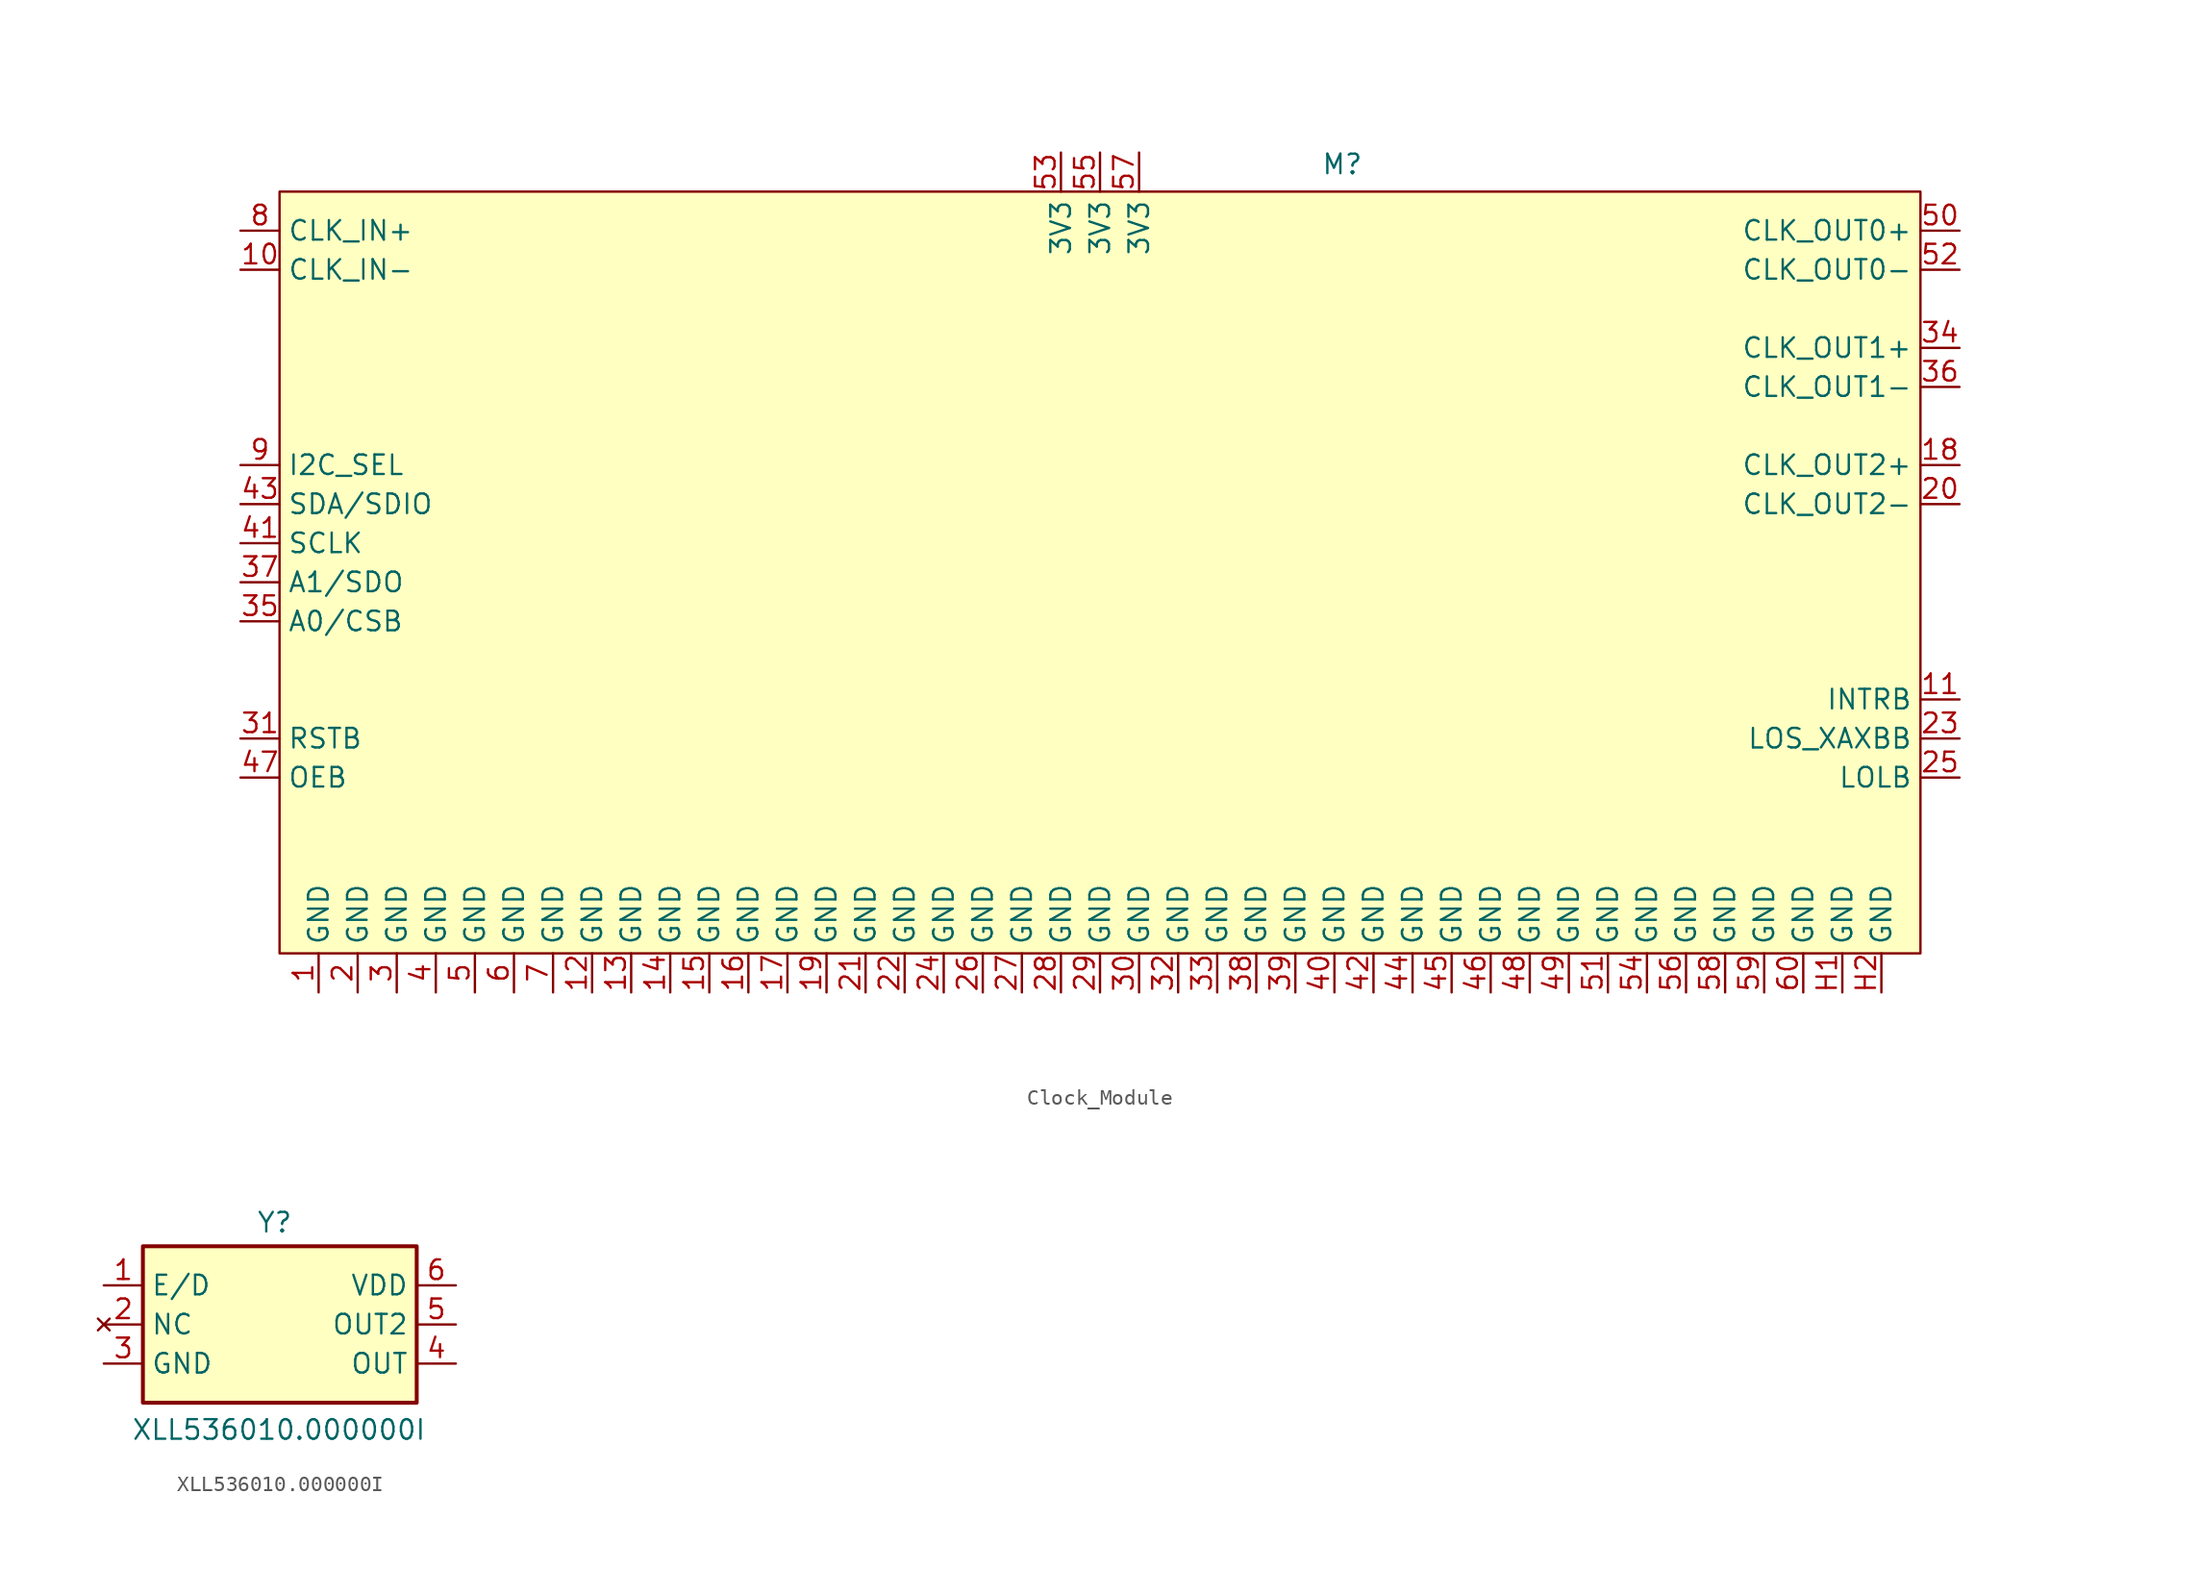
<source format=kicad_sym>
(kicad_symbol_lib
  (version 20241209)
  (generator "kicad_symbol_editor")
  (generator_version "9.0")
  (symbol "Clock_Module"
    (property "Reference" "M"
      (at 15.748 27.178 0)
      (effects (font (size 1.27 1.27))))
    (property "Value" ""
      (at 0 0 0)
      (effects (font (size 1.27 1.27))))
    (symbol "Clock_Module_1_1"
      (rectangle (start -53.34 25.4) (end 53.34 -24.13) (stroke (width 0) (type solid)) (fill (type background)))
      (pin input line (at -55.88 22.86 0) (length 2.54) (name "CLK_IN+" (effects (font (size 1.27 1.27)))) (number "8" (effects (font (size 1.27 1.27)))))
      (pin input line (at -55.88 20.32 0) (length 2.54) (name "CLK_IN-" (effects (font (size 1.27 1.27)))) (number "10" (effects (font (size 1.27 1.27)))))
      (pin input line (at -55.88 7.62 0) (length 2.54) (name "I2C_SEL" (effects (font (size 1.27 1.27)))) (number "9" (effects (font (size 1.27 1.27)))))
      (pin input line (at -55.88 5.08 0) (length 2.54) (name "SDA/SDIO" (effects (font (size 1.27 1.27)))) (number "43" (effects (font (size 1.27 1.27)))))
      (pin input line (at -55.88 2.54 0) (length 2.54) (name "SCLK" (effects (font (size 1.27 1.27)))) (number "41" (effects (font (size 1.27 1.27)))))
      (pin input line (at -55.88 0 0) (length 2.54) (name "A1/SDO" (effects (font (size 1.27 1.27)))) (number "37" (effects (font (size 1.27 1.27)))))
      (pin input line (at -55.88 -2.54 0) (length 2.54) (name "A0/CSB" (effects (font (size 1.27 1.27)))) (number "35" (effects (font (size 1.27 1.27)))))
      (pin input line (at -55.88 -10.16 0) (length 2.54) (name "RSTB" (effects (font (size 1.27 1.27)))) (number "31" (effects (font (size 1.27 1.27)))))
      (pin input line (at -55.88 -12.7 0) (length 2.54) (name "OEB" (effects (font (size 1.27 1.27)))) (number "47" (effects (font (size 1.27 1.27)))))
      (pin power_in line (at -50.8 -26.67 90) (length 2.54) (name "GND" (effects (font (size 1.27 1.27)))) (number "1" (effects (font (size 1.27 1.27)))))
      (pin power_in line (at -48.26 -26.67 90) (length 2.54) (name "GND" (effects (font (size 1.27 1.27)))) (number "2" (effects (font (size 1.27 1.27)))))
      (pin power_in line (at -45.72 -26.67 90) (length 2.54) (name "GND" (effects (font (size 1.27 1.27)))) (number "3" (effects (font (size 1.27 1.27)))))
      (pin power_in line (at -43.18 -26.67 90) (length 2.54) (name "GND" (effects (font (size 1.27 1.27)))) (number "4" (effects (font (size 1.27 1.27)))))
      (pin power_in line (at -40.64 -26.67 90) (length 2.54) (name "GND" (effects (font (size 1.27 1.27)))) (number "5" (effects (font (size 1.27 1.27)))))
      (pin power_in line (at -38.1 -26.67 90) (length 2.54) (name "GND" (effects (font (size 1.27 1.27)))) (number "6" (effects (font (size 1.27 1.27)))))
      (pin power_in line (at -35.56 -26.67 90) (length 2.54) (name "GND" (effects (font (size 1.27 1.27)))) (number "7" (effects (font (size 1.27 1.27)))))
      (pin power_in line (at -33.02 -26.67 90) (length 2.54) (name "GND" (effects (font (size 1.27 1.27)))) (number "12" (effects (font (size 1.27 1.27)))))
      (pin power_in line (at -30.48 -26.67 90) (length 2.54) (name "GND" (effects (font (size 1.27 1.27)))) (number "13" (effects (font (size 1.27 1.27)))))
      (pin power_in line (at -27.94 -26.67 90) (length 2.54) (name "GND" (effects (font (size 1.27 1.27)))) (number "14" (effects (font (size 1.27 1.27)))))
      (pin power_in line (at -25.4 -26.67 90) (length 2.54) (name "GND" (effects (font (size 1.27 1.27)))) (number "15" (effects (font (size 1.27 1.27)))))
      (pin power_in line (at -22.86 -26.67 90) (length 2.54) (name "GND" (effects (font (size 1.27 1.27)))) (number "16" (effects (font (size 1.27 1.27)))))
      (pin power_in line (at -20.32 -26.67 90) (length 2.54) (name "GND" (effects (font (size 1.27 1.27)))) (number "17" (effects (font (size 1.27 1.27)))))
      (pin power_in line (at -17.78 -26.67 90) (length 2.54) (name "GND" (effects (font (size 1.27 1.27)))) (number "19" (effects (font (size 1.27 1.27)))))
      (pin power_in line (at -15.24 -26.67 90) (length 2.54) (name "GND" (effects (font (size 1.27 1.27)))) (number "21" (effects (font (size 1.27 1.27)))))
      (pin power_in line (at -12.7 -26.67 90) (length 2.54) (name "GND" (effects (font (size 1.27 1.27)))) (number "22" (effects (font (size 1.27 1.27)))))
      (pin power_in line (at -10.16 -26.67 90) (length 2.54) (name "GND" (effects (font (size 1.27 1.27)))) (number "24" (effects (font (size 1.27 1.27)))))
      (pin power_in line (at -7.62 -26.67 90) (length 2.54) (name "GND" (effects (font (size 1.27 1.27)))) (number "26" (effects (font (size 1.27 1.27)))))
      (pin power_in line (at -5.08 -26.67 90) (length 2.54) (name "GND" (effects (font (size 1.27 1.27)))) (number "27" (effects (font (size 1.27 1.27)))))
      (pin power_in line (at -2.54 27.94 270) (length 2.54) (name "3V3" (effects (font (size 1.27 1.27)))) (number "53" (effects (font (size 1.27 1.27)))))
      (pin power_in line (at -2.54 -26.67 90) (length 2.54) (name "GND" (effects (font (size 1.27 1.27)))) (number "28" (effects (font (size 1.27 1.27)))))
      (pin power_in line (at 0 27.94 270) (length 2.54) (name "3V3" (effects (font (size 1.27 1.27)))) (number "55" (effects (font (size 1.27 1.27)))))
      (pin power_in line (at 0 -26.67 90) (length 2.54) (name "GND" (effects (font (size 1.27 1.27)))) (number "29" (effects (font (size 1.27 1.27)))))
      (pin power_in line (at 2.54 27.94 270) (length 2.54) (name "3V3" (effects (font (size 1.27 1.27)))) (number "57" (effects (font (size 1.27 1.27)))))
      (pin power_in line (at 2.54 -26.67 90) (length 2.54) (name "GND" (effects (font (size 1.27 1.27)))) (number "30" (effects (font (size 1.27 1.27)))))
      (pin power_in line (at 5.08 -26.67 90) (length 2.54) (name "GND" (effects (font (size 1.27 1.27)))) (number "32" (effects (font (size 1.27 1.27)))))
      (pin power_in line (at 7.62 -26.67 90) (length 2.54) (name "GND" (effects (font (size 1.27 1.27)))) (number "33" (effects (font (size 1.27 1.27)))))
      (pin power_in line (at 10.16 -26.67 90) (length 2.54) (name "GND" (effects (font (size 1.27 1.27)))) (number "38" (effects (font (size 1.27 1.27)))))
      (pin power_in line (at 12.7 -26.67 90) (length 2.54) (name "GND" (effects (font (size 1.27 1.27)))) (number "39" (effects (font (size 1.27 1.27)))))
      (pin power_in line (at 15.24 -26.67 90) (length 2.54) (name "GND" (effects (font (size 1.27 1.27)))) (number "40" (effects (font (size 1.27 1.27)))))
      (pin power_in line (at 17.78 -26.67 90) (length 2.54) (name "GND" (effects (font (size 1.27 1.27)))) (number "42" (effects (font (size 1.27 1.27)))))
      (pin power_in line (at 20.32 -26.67 90) (length 2.54) (name "GND" (effects (font (size 1.27 1.27)))) (number "44" (effects (font (size 1.27 1.27)))))
      (pin power_in line (at 22.86 -26.67 90) (length 2.54) (name "GND" (effects (font (size 1.27 1.27)))) (number "45" (effects (font (size 1.27 1.27)))))
      (pin power_in line (at 25.4 -26.67 90) (length 2.54) (name "GND" (effects (font (size 1.27 1.27)))) (number "46" (effects (font (size 1.27 1.27)))))
      (pin power_in line (at 27.94 -26.67 90) (length 2.54) (name "GND" (effects (font (size 1.27 1.27)))) (number "48" (effects (font (size 1.27 1.27)))))
      (pin power_in line (at 30.48 -26.67 90) (length 2.54) (name "GND" (effects (font (size 1.27 1.27)))) (number "49" (effects (font (size 1.27 1.27)))))
      (pin power_in line (at 33.02 -26.67 90) (length 2.54) (name "GND" (effects (font (size 1.27 1.27)))) (number "51" (effects (font (size 1.27 1.27)))))
      (pin power_in line (at 35.56 -26.67 90) (length 2.54) (name "GND" (effects (font (size 1.27 1.27)))) (number "54" (effects (font (size 1.27 1.27)))))
      (pin power_in line (at 38.1 -26.67 90) (length 2.54) (name "GND" (effects (font (size 1.27 1.27)))) (number "56" (effects (font (size 1.27 1.27)))))
      (pin power_in line (at 40.64 -26.67 90) (length 2.54) (name "GND" (effects (font (size 1.27 1.27)))) (number "58" (effects (font (size 1.27 1.27)))))
      (pin power_in line (at 43.18 -26.67 90) (length 2.54) (name "GND" (effects (font (size 1.27 1.27)))) (number "59" (effects (font (size 1.27 1.27)))))
      (pin power_in line (at 45.72 -26.67 90) (length 2.54) (name "GND" (effects (font (size 1.27 1.27)))) (number "60" (effects (font (size 1.27 1.27)))))
      (pin passive line (at 48.26 -26.67 90) (length 2.54) (name "GND" (effects (font (size 1.27 1.27)))) (number "H1" (effects (font (size 1.27 1.27)))))
      (pin passive line (at 50.8 -26.67 90) (length 2.54) (name "GND" (effects (font (size 1.27 1.27)))) (number "H2" (effects (font (size 1.27 1.27)))))
      (pin output line (at 55.88 22.86 180) (length 2.54) (name "CLK_OUT0+" (effects (font (size 1.27 1.27)))) (number "50" (effects (font (size 1.27 1.27)))))
      (pin output line (at 55.88 20.32 180) (length 2.54) (name "CLK_OUT0-" (effects (font (size 1.27 1.27)))) (number "52" (effects (font (size 1.27 1.27)))))
      (pin output line (at 55.88 15.24 180) (length 2.54) (name "CLK_OUT1+" (effects (font (size 1.27 1.27)))) (number "34" (effects (font (size 1.27 1.27)))))
      (pin output line (at 55.88 12.7 180) (length 2.54) (name "CLK_OUT1-" (effects (font (size 1.27 1.27)))) (number "36" (effects (font (size 1.27 1.27)))))
      (pin output line (at 55.88 7.62 180) (length 2.54) (name "CLK_OUT2+" (effects (font (size 1.27 1.27)))) (number "18" (effects (font (size 1.27 1.27)))))
      (pin output line (at 55.88 5.08 180) (length 2.54) (name "CLK_OUT2-" (effects (font (size 1.27 1.27)))) (number "20" (effects (font (size 1.27 1.27)))))
      (pin output line (at 55.88 -7.62 180) (length 2.54) (name "INTRB" (effects (font (size 1.27 1.27)))) (number "11" (effects (font (size 1.27 1.27)))))
      (pin output line (at 55.88 -10.16 180) (length 2.54) (name "LOS_XAXBB" (effects (font (size 1.27 1.27)))) (number "23" (effects (font (size 1.27 1.27)))))
      (pin output line (at 55.88 -12.7 180) (length 2.54) (name "LOLB" (effects (font (size 1.27 1.27)))) (number "25" (effects (font (size 1.27 1.27)))))))
  (symbol "XLL536010.000000I"
    (property "Reference" "Y"
      (at -1.524 7.366 0)
      (effects (font (size 1.27 1.27)) (justify left top)))
    (property "Value" "XLL536010.000000I"
      (at -9.652 -6.096 0)
      (effects (font (size 1.27 1.27)) (justify left top)))
    (symbol "XLL536010.000000I_1_1"
      (rectangle (start -8.89 5.08) (end 8.89 -5.08) (stroke (width 0.254) (type default)) (fill (type background)))
      (pin passive line (at -11.43 2.54 0) (length 2.54) (name "E/D" (effects (font (size 1.27 1.27)))) (number "1" (effects (font (size 1.27 1.27)))))
      (pin no_connect line (at -11.43 0 0) (length 2.54) (name "NC" (effects (font (size 1.27 1.27)))) (number "2" (effects (font (size 1.27 1.27)))))
      (pin power_in line (at -11.43 -2.54 0) (length 2.54) (name "GND" (effects (font (size 1.27 1.27)))) (number "3" (effects (font (size 1.27 1.27)))))
      (pin power_in line (at 11.43 2.54 180) (length 2.54) (name "VDD" (effects (font (size 1.27 1.27)))) (number "6" (effects (font (size 1.27 1.27)))))
      (pin output line (at 11.43 0 180) (length 2.54) (name "OUT2" (effects (font (size 1.27 1.27)))) (number "5" (effects (font (size 1.27 1.27)))))
      (pin output line (at 11.43 -2.54 180) (length 2.54) (name "OUT" (effects (font (size 1.27 1.27)))) (number "4" (effects (font (size 1.27 1.27))))))))
</source>
